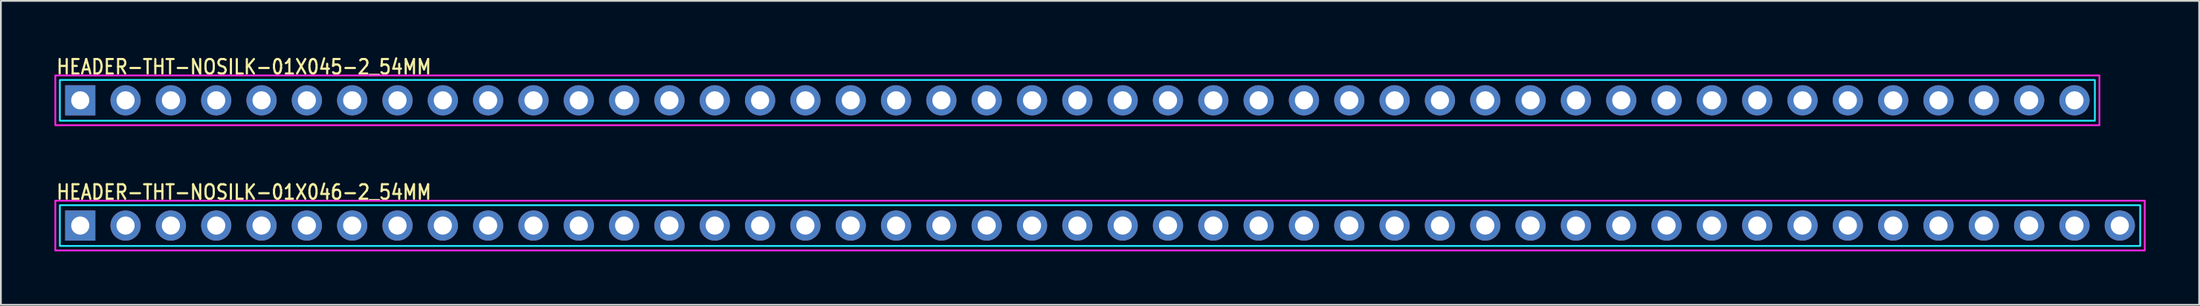
<source format=kicad_pcb>
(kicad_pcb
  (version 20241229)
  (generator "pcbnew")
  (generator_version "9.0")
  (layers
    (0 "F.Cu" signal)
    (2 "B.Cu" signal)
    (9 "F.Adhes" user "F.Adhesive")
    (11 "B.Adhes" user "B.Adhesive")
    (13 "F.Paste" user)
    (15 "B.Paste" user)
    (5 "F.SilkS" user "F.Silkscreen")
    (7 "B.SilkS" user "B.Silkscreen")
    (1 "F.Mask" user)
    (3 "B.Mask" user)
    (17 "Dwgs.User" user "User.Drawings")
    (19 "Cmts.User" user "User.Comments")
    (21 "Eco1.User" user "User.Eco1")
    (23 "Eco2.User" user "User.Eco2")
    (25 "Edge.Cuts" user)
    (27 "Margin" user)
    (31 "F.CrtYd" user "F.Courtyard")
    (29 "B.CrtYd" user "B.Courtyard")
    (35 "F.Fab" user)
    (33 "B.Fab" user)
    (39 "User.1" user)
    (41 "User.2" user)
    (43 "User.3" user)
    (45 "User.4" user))
  (footprint "HEADER-THT-NOSILK-01X046-2_54MM"
    (layer "F.Cu")
    (at 1.447 9.604)
    (property "Reference" "HEADER-THT-NOSILK-01X046-2_54MM" (at -1.4 -1.4 0) (unlocked yes) (layer "F.SilkS") (effects (font (size 0.813 0.695) (thickness 0.122)) (justify left bottom)))
    (fp_poly (pts (xy -1.143 -1.143) (xy 115.443 -1.143) (xy 115.443 1.143) (xy -1.143 1.143)) (stroke (width 0.1) (type solid)) (fill no) (layer "B.CrtYd"))
    (fp_poly (pts (xy -1.397 -1.397) (xy 115.697 -1.397) (xy 115.697 1.397) (xy -1.397 1.397)) (stroke (width 0.1) (type solid)) (fill no) (layer "F.CrtYd"))
    (pad "1" thru_hole rect (at 0 0) (size 1.693 1.693) (drill 1.016) (layers "*.Cu" "*.Mask"))
    (pad "2" thru_hole oval (at 2.54 0) (size 1.693 1.693) (drill 1.016) (layers "*.Cu" "*.Mask"))
    (pad "3" thru_hole oval (at 5.08 0) (size 1.693 1.693) (drill 1.016) (layers "*.Cu" "*.Mask"))
    (pad "4" thru_hole oval (at 7.62 0) (size 1.693 1.693) (drill 1.016) (layers "*.Cu" "*.Mask"))
    (pad "5" thru_hole oval (at 10.16 0) (size 1.693 1.693) (drill 1.016) (layers "*.Cu" "*.Mask"))
    (pad "6" thru_hole oval (at 12.7 0) (size 1.693 1.693) (drill 1.016) (layers "*.Cu" "*.Mask"))
    (pad "7" thru_hole oval (at 15.24 0) (size 1.693 1.693) (drill 1.016) (layers "*.Cu" "*.Mask"))
    (pad "8" thru_hole oval (at 17.78 0) (size 1.693 1.693) (drill 1.016) (layers "*.Cu" "*.Mask"))
    (pad "9" thru_hole oval (at 20.32 0) (size 1.693 1.693) (drill 1.016) (layers "*.Cu" "*.Mask"))
    (pad "10" thru_hole oval (at 22.86 0) (size 1.693 1.693) (drill 1.016) (layers "*.Cu" "*.Mask"))
    (pad "11" thru_hole oval (at 25.4 0) (size 1.693 1.693) (drill 1.016) (layers "*.Cu" "*.Mask"))
    (pad "12" thru_hole oval (at 27.94 0) (size 1.693 1.693) (drill 1.016) (layers "*.Cu" "*.Mask"))
    (pad "13" thru_hole oval (at 30.48 0) (size 1.693 1.693) (drill 1.016) (layers "*.Cu" "*.Mask"))
    (pad "14" thru_hole oval (at 33.02 0) (size 1.693 1.693) (drill 1.016) (layers "*.Cu" "*.Mask"))
    (pad "15" thru_hole oval (at 35.56 0) (size 1.693 1.693) (drill 1.016) (layers "*.Cu" "*.Mask"))
    (pad "16" thru_hole oval (at 38.1 0) (size 1.693 1.693) (drill 1.016) (layers "*.Cu" "*.Mask"))
    (pad "17" thru_hole oval (at 40.64 0) (size 1.693 1.693) (drill 1.016) (layers "*.Cu" "*.Mask"))
    (pad "18" thru_hole oval (at 43.18 0) (size 1.693 1.693) (drill 1.016) (layers "*.Cu" "*.Mask"))
    (pad "19" thru_hole oval (at 45.72 0) (size 1.693 1.693) (drill 1.016) (layers "*.Cu" "*.Mask"))
    (pad "20" thru_hole oval (at 48.26 0) (size 1.693 1.693) (drill 1.016) (layers "*.Cu" "*.Mask"))
    (pad "21" thru_hole oval (at 50.8 0) (size 1.693 1.693) (drill 1.016) (layers "*.Cu" "*.Mask"))
    (pad "22" thru_hole oval (at 53.34 0) (size 1.693 1.693) (drill 1.016) (layers "*.Cu" "*.Mask"))
    (pad "23" thru_hole oval (at 55.88 0) (size 1.693 1.693) (drill 1.016) (layers "*.Cu" "*.Mask"))
    (pad "24" thru_hole oval (at 58.42 0) (size 1.693 1.693) (drill 1.016) (layers "*.Cu" "*.Mask"))
    (pad "25" thru_hole oval (at 60.96 0) (size 1.693 1.693) (drill 1.016) (layers "*.Cu" "*.Mask"))
    (pad "26" thru_hole oval (at 63.5 0) (size 1.693 1.693) (drill 1.016) (layers "*.Cu" "*.Mask"))
    (pad "27" thru_hole oval (at 66.04 0) (size 1.693 1.693) (drill 1.016) (layers "*.Cu" "*.Mask"))
    (pad "28" thru_hole oval (at 68.58 0) (size 1.693 1.693) (drill 1.016) (layers "*.Cu" "*.Mask"))
    (pad "29" thru_hole oval (at 71.12 0) (size 1.693 1.693) (drill 1.016) (layers "*.Cu" "*.Mask"))
    (pad "30" thru_hole oval (at 73.66 0) (size 1.693 1.693) (drill 1.016) (layers "*.Cu" "*.Mask"))
    (pad "31" thru_hole oval (at 76.2 0) (size 1.693 1.693) (drill 1.016) (layers "*.Cu" "*.Mask"))
    (pad "32" thru_hole oval (at 78.74 0) (size 1.693 1.693) (drill 1.016) (layers "*.Cu" "*.Mask"))
    (pad "33" thru_hole oval (at 81.28 0) (size 1.693 1.693) (drill 1.016) (layers "*.Cu" "*.Mask"))
    (pad "34" thru_hole oval (at 83.82 0) (size 1.693 1.693) (drill 1.016) (layers "*.Cu" "*.Mask"))
    (pad "35" thru_hole oval (at 86.36 0) (size 1.693 1.693) (drill 1.016) (layers "*.Cu" "*.Mask"))
    (pad "36" thru_hole oval (at 88.9 0) (size 1.693 1.693) (drill 1.016) (layers "*.Cu" "*.Mask"))
    (pad "37" thru_hole oval (at 91.44 0) (size 1.693 1.693) (drill 1.016) (layers "*.Cu" "*.Mask"))
    (pad "38" thru_hole oval (at 93.98 0) (size 1.693 1.693) (drill 1.016) (layers "*.Cu" "*.Mask"))
    (pad "39" thru_hole oval (at 96.52 0) (size 1.693 1.693) (drill 1.016) (layers "*.Cu" "*.Mask"))
    (pad "40" thru_hole oval (at 99.06 0) (size 1.693 1.693) (drill 1.016) (layers "*.Cu" "*.Mask"))
    (pad "41" thru_hole oval (at 101.6 0) (size 1.693 1.693) (drill 1.016) (layers "*.Cu" "*.Mask"))
    (pad "42" thru_hole oval (at 104.14 0) (size 1.693 1.693) (drill 1.016) (layers "*.Cu" "*.Mask"))
    (pad "43" thru_hole oval (at 106.68 0) (size 1.693 1.693) (drill 1.016) (layers "*.Cu" "*.Mask"))
    (pad "44" thru_hole oval (at 109.22 0) (size 1.693 1.693) (drill 1.016) (layers "*.Cu" "*.Mask"))
    (pad "45" thru_hole oval (at 111.76 0) (size 1.693 1.693) (drill 1.016) (layers "*.Cu" "*.Mask"))
    (pad "46" thru_hole oval (at 114.3 0) (size 1.693 1.693) (drill 1.016) (layers "*.Cu" "*.Mask")))
  (footprint "HEADER-THT-NOSILK-01X045-2_54MM"
    (layer "F.Cu")
    (at 1.447 2.579)
    (property "Reference" "HEADER-THT-NOSILK-01X045-2_54MM" (at -1.4 -1.4 0) (unlocked yes) (layer "F.SilkS") (effects (font (size 0.813 0.695) (thickness 0.122)) (justify left bottom)))
    (fp_poly (pts (xy -1.143 -1.143) (xy 112.903 -1.143) (xy 112.903 1.143) (xy -1.143 1.143)) (stroke (width 0.1) (type solid)) (fill no) (layer "B.CrtYd"))
    (fp_poly (pts (xy -1.397 -1.397) (xy 113.157 -1.397) (xy 113.157 1.397) (xy -1.397 1.397)) (stroke (width 0.1) (type solid)) (fill no) (layer "F.CrtYd"))
    (pad "1" thru_hole rect (at 0 0) (size 1.693 1.693) (drill 1.016) (layers "*.Cu" "*.Mask"))
    (pad "2" thru_hole oval (at 2.54 0) (size 1.693 1.693) (drill 1.016) (layers "*.Cu" "*.Mask"))
    (pad "3" thru_hole oval (at 5.08 0) (size 1.693 1.693) (drill 1.016) (layers "*.Cu" "*.Mask"))
    (pad "4" thru_hole oval (at 7.62 0) (size 1.693 1.693) (drill 1.016) (layers "*.Cu" "*.Mask"))
    (pad "5" thru_hole oval (at 10.16 0) (size 1.693 1.693) (drill 1.016) (layers "*.Cu" "*.Mask"))
    (pad "6" thru_hole oval (at 12.7 0) (size 1.693 1.693) (drill 1.016) (layers "*.Cu" "*.Mask"))
    (pad "7" thru_hole oval (at 15.24 0) (size 1.693 1.693) (drill 1.016) (layers "*.Cu" "*.Mask"))
    (pad "8" thru_hole oval (at 17.78 0) (size 1.693 1.693) (drill 1.016) (layers "*.Cu" "*.Mask"))
    (pad "9" thru_hole oval (at 20.32 0) (size 1.693 1.693) (drill 1.016) (layers "*.Cu" "*.Mask"))
    (pad "10" thru_hole oval (at 22.86 0) (size 1.693 1.693) (drill 1.016) (layers "*.Cu" "*.Mask"))
    (pad "11" thru_hole oval (at 25.4 0) (size 1.693 1.693) (drill 1.016) (layers "*.Cu" "*.Mask"))
    (pad "12" thru_hole oval (at 27.94 0) (size 1.693 1.693) (drill 1.016) (layers "*.Cu" "*.Mask"))
    (pad "13" thru_hole oval (at 30.48 0) (size 1.693 1.693) (drill 1.016) (layers "*.Cu" "*.Mask"))
    (pad "14" thru_hole oval (at 33.02 0) (size 1.693 1.693) (drill 1.016) (layers "*.Cu" "*.Mask"))
    (pad "15" thru_hole oval (at 35.56 0) (size 1.693 1.693) (drill 1.016) (layers "*.Cu" "*.Mask"))
    (pad "16" thru_hole oval (at 38.1 0) (size 1.693 1.693) (drill 1.016) (layers "*.Cu" "*.Mask"))
    (pad "17" thru_hole oval (at 40.64 0) (size 1.693 1.693) (drill 1.016) (layers "*.Cu" "*.Mask"))
    (pad "18" thru_hole oval (at 43.18 0) (size 1.693 1.693) (drill 1.016) (layers "*.Cu" "*.Mask"))
    (pad "19" thru_hole oval (at 45.72 0) (size 1.693 1.693) (drill 1.016) (layers "*.Cu" "*.Mask"))
    (pad "20" thru_hole oval (at 48.26 0) (size 1.693 1.693) (drill 1.016) (layers "*.Cu" "*.Mask"))
    (pad "21" thru_hole oval (at 50.8 0) (size 1.693 1.693) (drill 1.016) (layers "*.Cu" "*.Mask"))
    (pad "22" thru_hole oval (at 53.34 0) (size 1.693 1.693) (drill 1.016) (layers "*.Cu" "*.Mask"))
    (pad "23" thru_hole oval (at 55.88 0) (size 1.693 1.693) (drill 1.016) (layers "*.Cu" "*.Mask"))
    (pad "24" thru_hole oval (at 58.42 0) (size 1.693 1.693) (drill 1.016) (layers "*.Cu" "*.Mask"))
    (pad "25" thru_hole oval (at 60.96 0) (size 1.693 1.693) (drill 1.016) (layers "*.Cu" "*.Mask"))
    (pad "26" thru_hole oval (at 63.5 0) (size 1.693 1.693) (drill 1.016) (layers "*.Cu" "*.Mask"))
    (pad "27" thru_hole oval (at 66.04 0) (size 1.693 1.693) (drill 1.016) (layers "*.Cu" "*.Mask"))
    (pad "28" thru_hole oval (at 68.58 0) (size 1.693 1.693) (drill 1.016) (layers "*.Cu" "*.Mask"))
    (pad "29" thru_hole oval (at 71.12 0) (size 1.693 1.693) (drill 1.016) (layers "*.Cu" "*.Mask"))
    (pad "30" thru_hole oval (at 73.66 0) (size 1.693 1.693) (drill 1.016) (layers "*.Cu" "*.Mask"))
    (pad "31" thru_hole oval (at 76.2 0) (size 1.693 1.693) (drill 1.016) (layers "*.Cu" "*.Mask"))
    (pad "32" thru_hole oval (at 78.74 0) (size 1.693 1.693) (drill 1.016) (layers "*.Cu" "*.Mask"))
    (pad "33" thru_hole oval (at 81.28 0) (size 1.693 1.693) (drill 1.016) (layers "*.Cu" "*.Mask"))
    (pad "34" thru_hole oval (at 83.82 0) (size 1.693 1.693) (drill 1.016) (layers "*.Cu" "*.Mask"))
    (pad "35" thru_hole oval (at 86.36 0) (size 1.693 1.693) (drill 1.016) (layers "*.Cu" "*.Mask"))
    (pad "36" thru_hole oval (at 88.9 0) (size 1.693 1.693) (drill 1.016) (layers "*.Cu" "*.Mask"))
    (pad "37" thru_hole oval (at 91.44 0) (size 1.693 1.693) (drill 1.016) (layers "*.Cu" "*.Mask"))
    (pad "38" thru_hole oval (at 93.98 0) (size 1.693 1.693) (drill 1.016) (layers "*.Cu" "*.Mask"))
    (pad "39" thru_hole oval (at 96.52 0) (size 1.693 1.693) (drill 1.016) (layers "*.Cu" "*.Mask"))
    (pad "40" thru_hole oval (at 99.06 0) (size 1.693 1.693) (drill 1.016) (layers "*.Cu" "*.Mask"))
    (pad "41" thru_hole oval (at 101.6 0) (size 1.693 1.693) (drill 1.016) (layers "*.Cu" "*.Mask"))
    (pad "42" thru_hole oval (at 104.14 0) (size 1.693 1.693) (drill 1.016) (layers "*.Cu" "*.Mask"))
    (pad "43" thru_hole oval (at 106.68 0) (size 1.693 1.693) (drill 1.016) (layers "*.Cu" "*.Mask"))
    (pad "44" thru_hole oval (at 109.22 0) (size 1.693 1.693) (drill 1.016) (layers "*.Cu" "*.Mask"))
    (pad "45" thru_hole oval (at 111.76 0) (size 1.693 1.693) (drill 1.016) (layers "*.Cu" "*.Mask")))
  (gr_rect
    (start -3 -3)
    (end 120.194 14.051)
    (stroke (width 0.1) (type default))
    (fill no)
    (layer "Edge.Cuts")))
</source>
